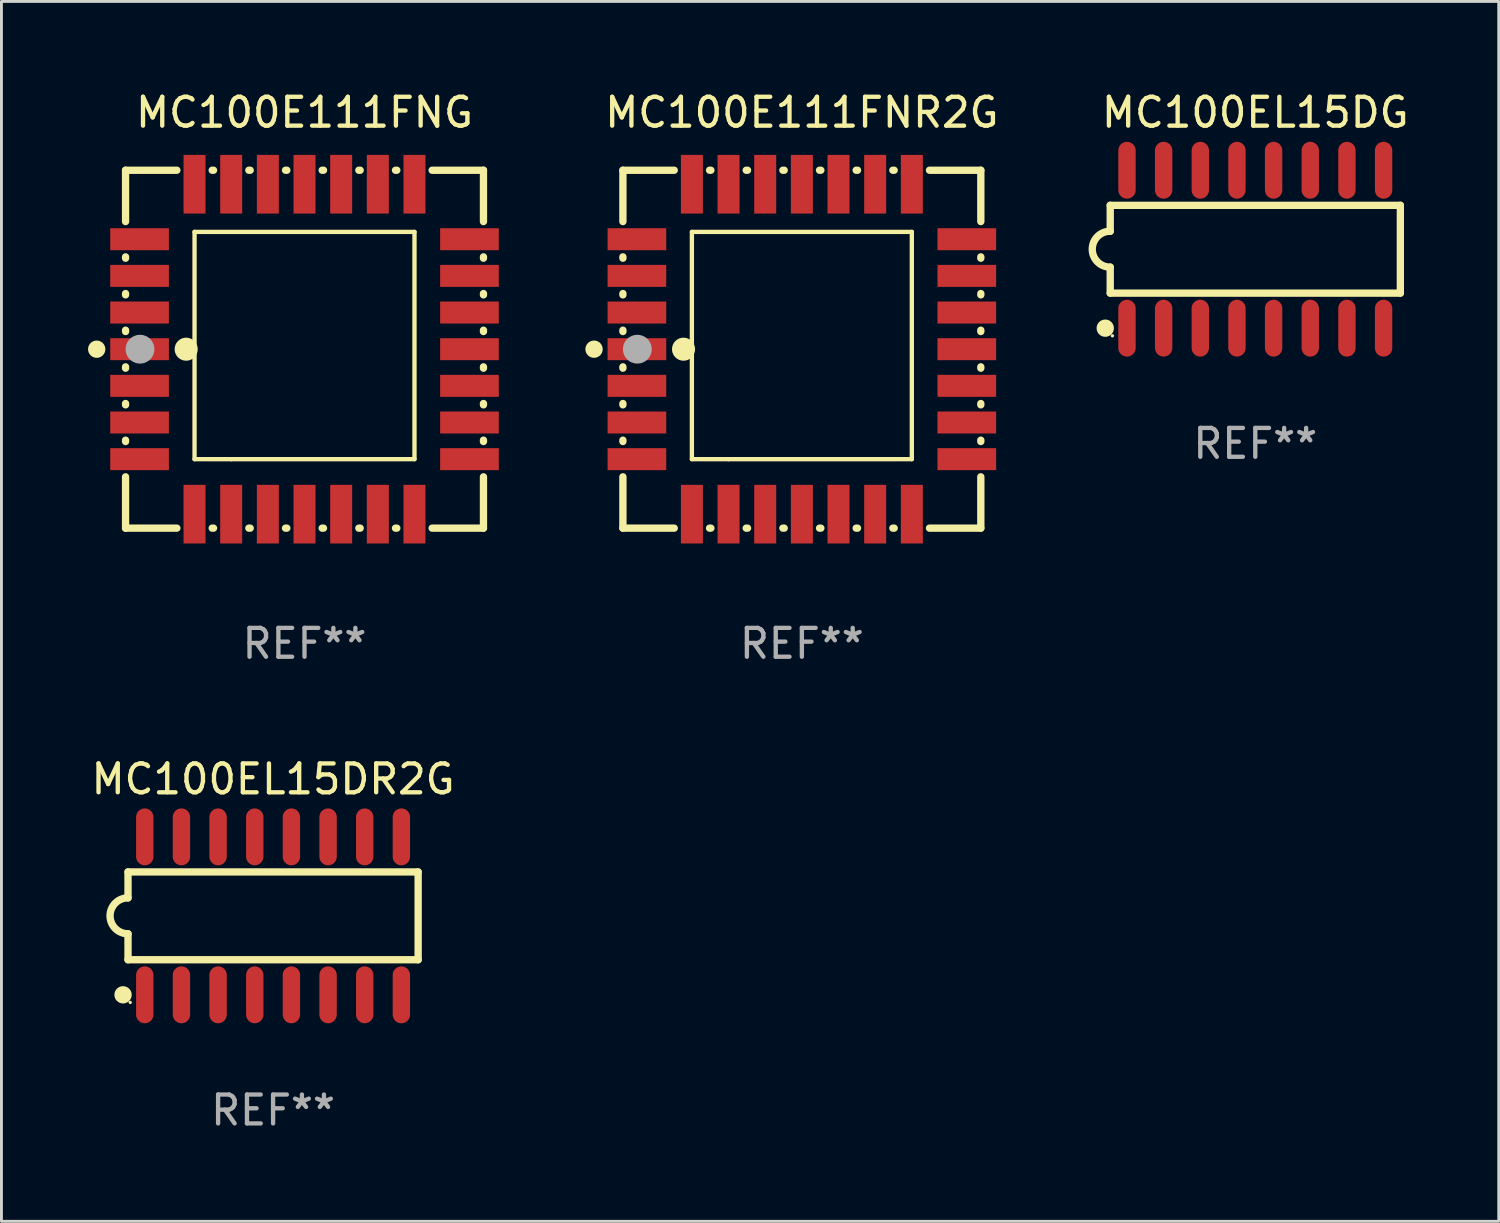
<source format=kicad_pcb>
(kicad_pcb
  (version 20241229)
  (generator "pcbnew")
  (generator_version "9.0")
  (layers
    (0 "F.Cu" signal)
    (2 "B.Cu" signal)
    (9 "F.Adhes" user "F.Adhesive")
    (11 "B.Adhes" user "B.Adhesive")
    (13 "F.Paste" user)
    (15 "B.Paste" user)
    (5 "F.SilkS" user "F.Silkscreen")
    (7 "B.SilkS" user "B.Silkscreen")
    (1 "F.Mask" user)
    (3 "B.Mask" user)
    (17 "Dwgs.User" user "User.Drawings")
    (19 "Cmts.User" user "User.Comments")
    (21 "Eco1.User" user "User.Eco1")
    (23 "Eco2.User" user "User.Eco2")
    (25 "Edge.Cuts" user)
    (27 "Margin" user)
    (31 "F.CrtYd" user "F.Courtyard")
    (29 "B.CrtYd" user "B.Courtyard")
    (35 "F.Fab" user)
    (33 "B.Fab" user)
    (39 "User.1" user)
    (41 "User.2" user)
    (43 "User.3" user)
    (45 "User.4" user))
  (footprint "MC100E111FNG"
    (layer "F.Cu")
    (at 7.5 9.048)
    (property "Reference" "MC100E111FNG" (at 0 -8.2 0) (layer "F.SilkS") (effects (font (size 1 1) (thickness 0.15))))
    (attr through_hole)
    (fp_line (start -6.2 -6.2) (end -4.422 -6.2) (stroke (width 0.254) (type solid)) (layer "F.SilkS"))
    (fp_line (start -6.2 -4.422) (end -6.2 -6.2) (stroke (width 0.254) (type solid)) (layer "F.SilkS"))
    (fp_line (start -6.2 -3.152) (end -6.2 -3.198) (stroke (width 0.254) (type solid)) (layer "F.SilkS"))
    (fp_line (start -6.2 -1.882) (end -6.2 -1.928) (stroke (width 0.254) (type solid)) (layer "F.SilkS"))
    (fp_line (start -6.2 -0.612) (end -6.2 -0.658) (stroke (width 0.254) (type solid)) (layer "F.SilkS"))
    (fp_line (start -6.2 0.658) (end -6.2 0.612) (stroke (width 0.254) (type solid)) (layer "F.SilkS"))
    (fp_line (start -6.2 1.928) (end -6.2 1.882) (stroke (width 0.254) (type solid)) (layer "F.SilkS"))
    (fp_line (start -6.2 3.198) (end -6.2 3.152) (stroke (width 0.254) (type solid)) (layer "F.SilkS"))
    (fp_line (start -6.2 6.2) (end -6.2 4.422) (stroke (width 0.254) (type solid)) (layer "F.SilkS"))
    (fp_line (start -4.422 6.2) (end -6.2 6.2) (stroke (width 0.254) (type solid)) (layer "F.SilkS"))
    (fp_line (start -3.81 -4.064) (end 3.81 -4.064) (stroke (width 0.15) (type solid)) (layer "F.SilkS"))
    (fp_line (start -3.81 3.81) (end -3.81 -4.064) (stroke (width 0.15) (type solid)) (layer "F.SilkS"))
    (fp_line (start -3.198 -6.2) (end -3.152 -6.2) (stroke (width 0.254) (type solid)) (layer "F.SilkS"))
    (fp_line (start -3.152 6.2) (end -3.198 6.2) (stroke (width 0.254) (type solid)) (layer "F.SilkS"))
    (fp_line (start -2.54 3.81) (end -3.81 3.81) (stroke (width 0.15) (type solid)) (layer "F.SilkS"))
    (fp_line (start -1.928 -6.2) (end -1.882 -6.2) (stroke (width 0.254) (type solid)) (layer "F.SilkS"))
    (fp_line (start -1.882 6.2) (end -1.928 6.2) (stroke (width 0.254) (type solid)) (layer "F.SilkS"))
    (fp_line (start -0.658 -6.2) (end -0.612 -6.2) (stroke (width 0.254) (type solid)) (layer "F.SilkS"))
    (fp_line (start -0.612 6.2) (end -0.658 6.2) (stroke (width 0.254) (type solid)) (layer "F.SilkS"))
    (fp_line (start 0.612 -6.2) (end 0.658 -6.2) (stroke (width 0.254) (type solid)) (layer "F.SilkS"))
    (fp_line (start 0.658 6.2) (end 0.612 6.2) (stroke (width 0.254) (type solid)) (layer "F.SilkS"))
    (fp_line (start 1.882 -6.2) (end 1.928 -6.2) (stroke (width 0.254) (type solid)) (layer "F.SilkS"))
    (fp_line (start 1.928 6.2) (end 1.882 6.2) (stroke (width 0.254) (type solid)) (layer "F.SilkS"))
    (fp_line (start 3.152 -6.2) (end 3.198 -6.2) (stroke (width 0.254) (type solid)) (layer "F.SilkS"))
    (fp_line (start 3.198 6.2) (end 3.152 6.2) (stroke (width 0.254) (type solid)) (layer "F.SilkS"))
    (fp_line (start 3.81 -4.064) (end 3.81 3.81) (stroke (width 0.15) (type solid)) (layer "F.SilkS"))
    (fp_line (start 3.81 3.81) (end -2.54 3.81) (stroke (width 0.15) (type solid)) (layer "F.SilkS"))
    (fp_line (start 4.422 -6.2) (end 6.2 -6.2) (stroke (width 0.254) (type solid)) (layer "F.SilkS"))
    (fp_line (start 6.2 -6.2) (end 6.2 -4.422) (stroke (width 0.254) (type solid)) (layer "F.SilkS"))
    (fp_line (start 6.2 -3.198) (end 6.2 -3.152) (stroke (width 0.254) (type solid)) (layer "F.SilkS"))
    (fp_line (start 6.2 -1.928) (end 6.2 -1.882) (stroke (width 0.254) (type solid)) (layer "F.SilkS"))
    (fp_line (start 6.2 -0.658) (end 6.2 -0.612) (stroke (width 0.254) (type solid)) (layer "F.SilkS"))
    (fp_line (start 6.2 0.612) (end 6.2 0.658) (stroke (width 0.254) (type solid)) (layer "F.SilkS"))
    (fp_line (start 6.2 1.882) (end 6.2 1.928) (stroke (width 0.254) (type solid)) (layer "F.SilkS"))
    (fp_line (start 6.2 3.152) (end 6.2 3.198) (stroke (width 0.254) (type solid)) (layer "F.SilkS"))
    (fp_line (start 6.2 4.422) (end 6.2 6.2) (stroke (width 0.254) (type solid)) (layer "F.SilkS"))
    (fp_line (start 6.2 6.2) (end 4.422 6.2) (stroke (width 0.254) (type solid)) (layer "F.SilkS"))
    (fp_circle (center -7.2 0) (end -7.05 0) (stroke (width 0.3) (type solid)) (fill no) (layer "F.SilkS"))
    (fp_circle (center -6.223 6.223) (end -6.193 6.223) (stroke (width 0.06) (type solid)) (fill no) (layer "F.SilkS"))
    (fp_circle (center -4.1 0) (end -3.9 0) (stroke (width 0.4) (type solid)) (fill no) (layer "F.SilkS"))
    (fp_circle (center -5.7 0) (end -5.45 0) (stroke (width 0.5) (type solid)) (fill no) (layer "F.Fab"))
    (fp_text user "REF**" (at 0 10.2 0) (layer "F.Fab") (effects (font (size 1 1) (thickness 0.15))))
    (pad "1" smd rect (at -5.715 0) (size 2.032 0.762) (layers "F.Cu" "F.Mask" "F.Paste"))
    (pad "2" smd rect (at -5.715 1.27) (size 2.032 0.762) (layers "F.Cu" "F.Mask" "F.Paste"))
    (pad "3" smd rect (at -5.715 2.54) (size 2.032 0.762) (layers "F.Cu" "F.Mask" "F.Paste"))
    (pad "4" smd rect (at -5.715 3.81) (size 2.032 0.762) (layers "F.Cu" "F.Mask" "F.Paste"))
    (pad "5" smd rect (at -3.81 5.715) (size 0.762 2.032) (layers "F.Cu" "F.Mask" "F.Paste"))
    (pad "6" smd rect (at -2.54 5.715) (size 0.762 2.032) (layers "F.Cu" "F.Mask" "F.Paste"))
    (pad "7" smd rect (at -1.27 5.715) (size 0.762 2.032) (layers "F.Cu" "F.Mask" "F.Paste"))
    (pad "8" smd rect (at 0 5.715) (size 0.762 2.032) (layers "F.Cu" "F.Mask" "F.Paste"))
    (pad "9" smd rect (at 1.27 5.715) (size 0.762 2.032) (layers "F.Cu" "F.Mask" "F.Paste"))
    (pad "10" smd rect (at 2.54 5.715) (size 0.762 2.032) (layers "F.Cu" "F.Mask" "F.Paste"))
    (pad "11" smd rect (at 3.81 5.715) (size 0.762 2.032) (layers "F.Cu" "F.Mask" "F.Paste"))
    (pad "12" smd rect (at 5.715 3.81) (size 2.032 0.762) (layers "F.Cu" "F.Mask" "F.Paste"))
    (pad "13" smd rect (at 5.715 2.54) (size 2.032 0.762) (layers "F.Cu" "F.Mask" "F.Paste"))
    (pad "14" smd rect (at 5.715 1.27) (size 2.032 0.762) (layers "F.Cu" "F.Mask" "F.Paste"))
    (pad "15" smd rect (at 5.715 0) (size 2.032 0.762) (layers "F.Cu" "F.Mask" "F.Paste"))
    (pad "16" smd rect (at 5.715 -1.27) (size 2.032 0.762) (layers "F.Cu" "F.Mask" "F.Paste"))
    (pad "17" smd rect (at 5.715 -2.54) (size 2.032 0.762) (layers "F.Cu" "F.Mask" "F.Paste"))
    (pad "18" smd rect (at 5.715 -3.81) (size 2.032 0.762) (layers "F.Cu" "F.Mask" "F.Paste"))
    (pad "19" smd rect (at 3.81 -5.715) (size 0.762 2.032) (layers "F.Cu" "F.Mask" "F.Paste"))
    (pad "20" smd rect (at 2.54 -5.715) (size 0.762 2.032) (layers "F.Cu" "F.Mask" "F.Paste"))
    (pad "21" smd rect (at 1.27 -5.715) (size 0.762 2.032) (layers "F.Cu" "F.Mask" "F.Paste"))
    (pad "22" smd rect (at 0 -5.715) (size 0.762 2.032) (layers "F.Cu" "F.Mask" "F.Paste"))
    (pad "23" smd rect (at -1.27 -5.715) (size 0.762 2.032) (layers "F.Cu" "F.Mask" "F.Paste"))
    (pad "24" smd rect (at -2.54 -5.715) (size 0.762 2.032) (layers "F.Cu" "F.Mask" "F.Paste"))
    (pad "25" smd rect (at -3.81 -5.715) (size 0.762 2.032) (layers "F.Cu" "F.Mask" "F.Paste"))
    (pad "26" smd rect (at -5.715 -3.81) (size 2.032 0.762) (layers "F.Cu" "F.Mask" "F.Paste"))
    (pad "27" smd rect (at -5.715 -2.54) (size 2.032 0.762) (layers "F.Cu" "F.Mask" "F.Paste"))
    (pad "28" smd rect (at -5.715 -1.27) (size 2.032 0.762) (layers "F.Cu" "F.Mask" "F.Paste")))
  (footprint "MC100E111FNR2G"
    (layer "F.Cu")
    (at 24.731 9.048)
    (property "Reference" "MC100E111FNR2G" (at 0 -8.2 0) (layer "F.SilkS") (effects (font (size 1 1) (thickness 0.15))))
    (attr through_hole)
    (fp_line (start -6.2 -6.2) (end -4.422 -6.2) (stroke (width 0.254) (type solid)) (layer "F.SilkS"))
    (fp_line (start -6.2 -4.422) (end -6.2 -6.2) (stroke (width 0.254) (type solid)) (layer "F.SilkS"))
    (fp_line (start -6.2 -3.152) (end -6.2 -3.198) (stroke (width 0.254) (type solid)) (layer "F.SilkS"))
    (fp_line (start -6.2 -1.882) (end -6.2 -1.928) (stroke (width 0.254) (type solid)) (layer "F.SilkS"))
    (fp_line (start -6.2 -0.612) (end -6.2 -0.658) (stroke (width 0.254) (type solid)) (layer "F.SilkS"))
    (fp_line (start -6.2 0.658) (end -6.2 0.612) (stroke (width 0.254) (type solid)) (layer "F.SilkS"))
    (fp_line (start -6.2 1.928) (end -6.2 1.882) (stroke (width 0.254) (type solid)) (layer "F.SilkS"))
    (fp_line (start -6.2 3.198) (end -6.2 3.152) (stroke (width 0.254) (type solid)) (layer "F.SilkS"))
    (fp_line (start -6.2 6.2) (end -6.2 4.422) (stroke (width 0.254) (type solid)) (layer "F.SilkS"))
    (fp_line (start -4.422 6.2) (end -6.2 6.2) (stroke (width 0.254) (type solid)) (layer "F.SilkS"))
    (fp_line (start -3.81 -4.064) (end 3.81 -4.064) (stroke (width 0.15) (type solid)) (layer "F.SilkS"))
    (fp_line (start -3.81 3.81) (end -3.81 -4.064) (stroke (width 0.15) (type solid)) (layer "F.SilkS"))
    (fp_line (start -3.198 -6.2) (end -3.152 -6.2) (stroke (width 0.254) (type solid)) (layer "F.SilkS"))
    (fp_line (start -3.152 6.2) (end -3.198 6.2) (stroke (width 0.254) (type solid)) (layer "F.SilkS"))
    (fp_line (start -2.54 3.81) (end -3.81 3.81) (stroke (width 0.15) (type solid)) (layer "F.SilkS"))
    (fp_line (start -1.928 -6.2) (end -1.882 -6.2) (stroke (width 0.254) (type solid)) (layer "F.SilkS"))
    (fp_line (start -1.882 6.2) (end -1.928 6.2) (stroke (width 0.254) (type solid)) (layer "F.SilkS"))
    (fp_line (start -0.658 -6.2) (end -0.612 -6.2) (stroke (width 0.254) (type solid)) (layer "F.SilkS"))
    (fp_line (start -0.612 6.2) (end -0.658 6.2) (stroke (width 0.254) (type solid)) (layer "F.SilkS"))
    (fp_line (start 0.612 -6.2) (end 0.658 -6.2) (stroke (width 0.254) (type solid)) (layer "F.SilkS"))
    (fp_line (start 0.658 6.2) (end 0.612 6.2) (stroke (width 0.254) (type solid)) (layer "F.SilkS"))
    (fp_line (start 1.882 -6.2) (end 1.928 -6.2) (stroke (width 0.254) (type solid)) (layer "F.SilkS"))
    (fp_line (start 1.928 6.2) (end 1.882 6.2) (stroke (width 0.254) (type solid)) (layer "F.SilkS"))
    (fp_line (start 3.152 -6.2) (end 3.198 -6.2) (stroke (width 0.254) (type solid)) (layer "F.SilkS"))
    (fp_line (start 3.198 6.2) (end 3.152 6.2) (stroke (width 0.254) (type solid)) (layer "F.SilkS"))
    (fp_line (start 3.81 -4.064) (end 3.81 3.81) (stroke (width 0.15) (type solid)) (layer "F.SilkS"))
    (fp_line (start 3.81 3.81) (end -2.54 3.81) (stroke (width 0.15) (type solid)) (layer "F.SilkS"))
    (fp_line (start 4.422 -6.2) (end 6.2 -6.2) (stroke (width 0.254) (type solid)) (layer "F.SilkS"))
    (fp_line (start 6.2 -6.2) (end 6.2 -4.422) (stroke (width 0.254) (type solid)) (layer "F.SilkS"))
    (fp_line (start 6.2 -3.198) (end 6.2 -3.152) (stroke (width 0.254) (type solid)) (layer "F.SilkS"))
    (fp_line (start 6.2 -1.928) (end 6.2 -1.882) (stroke (width 0.254) (type solid)) (layer "F.SilkS"))
    (fp_line (start 6.2 -0.658) (end 6.2 -0.612) (stroke (width 0.254) (type solid)) (layer "F.SilkS"))
    (fp_line (start 6.2 0.612) (end 6.2 0.658) (stroke (width 0.254) (type solid)) (layer "F.SilkS"))
    (fp_line (start 6.2 1.882) (end 6.2 1.928) (stroke (width 0.254) (type solid)) (layer "F.SilkS"))
    (fp_line (start 6.2 3.152) (end 6.2 3.198) (stroke (width 0.254) (type solid)) (layer "F.SilkS"))
    (fp_line (start 6.2 4.422) (end 6.2 6.2) (stroke (width 0.254) (type solid)) (layer "F.SilkS"))
    (fp_line (start 6.2 6.2) (end 4.422 6.2) (stroke (width 0.254) (type solid)) (layer "F.SilkS"))
    (fp_circle (center -7.2 0) (end -7.05 0) (stroke (width 0.3) (type solid)) (fill no) (layer "F.SilkS"))
    (fp_circle (center -6.223 6.223) (end -6.193 6.223) (stroke (width 0.06) (type solid)) (fill no) (layer "F.SilkS"))
    (fp_circle (center -4.1 0) (end -3.9 0) (stroke (width 0.4) (type solid)) (fill no) (layer "F.SilkS"))
    (fp_circle (center -5.7 0) (end -5.45 0) (stroke (width 0.5) (type solid)) (fill no) (layer "F.Fab"))
    (fp_text user "REF**" (at 0 10.2 0) (layer "F.Fab") (effects (font (size 1 1) (thickness 0.15))))
    (pad "1" smd rect (at -5.715 0) (size 2.032 0.762) (layers "F.Cu" "F.Mask" "F.Paste"))
    (pad "2" smd rect (at -5.715 1.27) (size 2.032 0.762) (layers "F.Cu" "F.Mask" "F.Paste"))
    (pad "3" smd rect (at -5.715 2.54) (size 2.032 0.762) (layers "F.Cu" "F.Mask" "F.Paste"))
    (pad "4" smd rect (at -5.715 3.81) (size 2.032 0.762) (layers "F.Cu" "F.Mask" "F.Paste"))
    (pad "5" smd rect (at -3.81 5.715) (size 0.762 2.032) (layers "F.Cu" "F.Mask" "F.Paste"))
    (pad "6" smd rect (at -2.54 5.715) (size 0.762 2.032) (layers "F.Cu" "F.Mask" "F.Paste"))
    (pad "7" smd rect (at -1.27 5.715) (size 0.762 2.032) (layers "F.Cu" "F.Mask" "F.Paste"))
    (pad "8" smd rect (at 0 5.715) (size 0.762 2.032) (layers "F.Cu" "F.Mask" "F.Paste"))
    (pad "9" smd rect (at 1.27 5.715) (size 0.762 2.032) (layers "F.Cu" "F.Mask" "F.Paste"))
    (pad "10" smd rect (at 2.54 5.715) (size 0.762 2.032) (layers "F.Cu" "F.Mask" "F.Paste"))
    (pad "11" smd rect (at 3.81 5.715) (size 0.762 2.032) (layers "F.Cu" "F.Mask" "F.Paste"))
    (pad "12" smd rect (at 5.715 3.81) (size 2.032 0.762) (layers "F.Cu" "F.Mask" "F.Paste"))
    (pad "13" smd rect (at 5.715 2.54) (size 2.032 0.762) (layers "F.Cu" "F.Mask" "F.Paste"))
    (pad "14" smd rect (at 5.715 1.27) (size 2.032 0.762) (layers "F.Cu" "F.Mask" "F.Paste"))
    (pad "15" smd rect (at 5.715 0) (size 2.032 0.762) (layers "F.Cu" "F.Mask" "F.Paste"))
    (pad "16" smd rect (at 5.715 -1.27) (size 2.032 0.762) (layers "F.Cu" "F.Mask" "F.Paste"))
    (pad "17" smd rect (at 5.715 -2.54) (size 2.032 0.762) (layers "F.Cu" "F.Mask" "F.Paste"))
    (pad "18" smd rect (at 5.715 -3.81) (size 2.032 0.762) (layers "F.Cu" "F.Mask" "F.Paste"))
    (pad "19" smd rect (at 3.81 -5.715) (size 0.762 2.032) (layers "F.Cu" "F.Mask" "F.Paste"))
    (pad "20" smd rect (at 2.54 -5.715) (size 0.762 2.032) (layers "F.Cu" "F.Mask" "F.Paste"))
    (pad "21" smd rect (at 1.27 -5.715) (size 0.762 2.032) (layers "F.Cu" "F.Mask" "F.Paste"))
    (pad "22" smd rect (at 0 -5.715) (size 0.762 2.032) (layers "F.Cu" "F.Mask" "F.Paste"))
    (pad "23" smd rect (at -1.27 -5.715) (size 0.762 2.032) (layers "F.Cu" "F.Mask" "F.Paste"))
    (pad "24" smd rect (at -2.54 -5.715) (size 0.762 2.032) (layers "F.Cu" "F.Mask" "F.Paste"))
    (pad "25" smd rect (at -3.81 -5.715) (size 0.762 2.032) (layers "F.Cu" "F.Mask" "F.Paste"))
    (pad "26" smd rect (at -5.715 -3.81) (size 2.032 0.762) (layers "F.Cu" "F.Mask" "F.Paste"))
    (pad "27" smd rect (at -5.715 -2.54) (size 2.032 0.762) (layers "F.Cu" "F.Mask" "F.Paste"))
    (pad "28" smd rect (at -5.715 -1.27) (size 2.032 0.762) (layers "F.Cu" "F.Mask" "F.Paste")))
  (footprint "MC100EL15DG"
    (layer "F.Cu")
    (at 40.44 5.584)
    (property "Reference" "MC100EL15DG" (at 0 -4.736 0) (layer "F.SilkS") (effects (font (size 1 1) (thickness 0.15))))
    (attr through_hole)
    (fp_line (start -5.026 -1.521) (end -5.026 -0.621) (stroke (width 0.254) (type solid)) (layer "F.SilkS"))
    (fp_line (start -5.026 -1.521) (end 5.026 -1.521) (stroke (width 0.254) (type solid)) (layer "F.SilkS"))
    (fp_line (start -5.026 1.521) (end -5.026 0.621) (stroke (width 0.254) (type solid)) (layer "F.SilkS"))
    (fp_line (start 5.026 -1.521) (end 5.026 1.521) (stroke (width 0.254) (type solid)) (layer "F.SilkS"))
    (fp_line (start 5.026 1.521) (end -5.026 1.521) (stroke (width 0.254) (type solid)) (layer "F.SilkS"))
    (fp_arc (start -5.026187 0.621387) (mid -5.647752 -0.000787) (end -5.025781 -0.622555) (stroke (width 0.254001) (type solid)) (layer "F.SilkS"))
    (fp_circle (center -5.198 2.736) (end -5.048 2.736) (stroke (width 0.3) (type solid)) (fill no) (layer "F.SilkS"))
    (fp_circle (center -4.95 3) (end -4.92 3) (stroke (width 0.06) (type solid)) (fill no) (layer "F.SilkS"))
    (fp_text user "REF**" (at 0 6.736 0) (layer "F.Fab") (effects (font (size 1 1) (thickness 0.15))))
    (pad "1" smd oval (at -4.445 2.736) (size 0.602 1.971) (layers "F.Cu" "F.Mask" "F.Paste"))
    (pad "2" smd oval (at -3.175 2.736) (size 0.602 1.971) (layers "F.Cu" "F.Mask" "F.Paste"))
    (pad "3" smd oval (at -1.905 2.736) (size 0.602 1.971) (layers "F.Cu" "F.Mask" "F.Paste"))
    (pad "4" smd oval (at -0.635 2.736) (size 0.602 1.971) (layers "F.Cu" "F.Mask" "F.Paste"))
    (pad "5" smd oval (at 0.635 2.736) (size 0.602 1.971) (layers "F.Cu" "F.Mask" "F.Paste"))
    (pad "6" smd oval (at 1.905 2.736) (size 0.602 1.971) (layers "F.Cu" "F.Mask" "F.Paste"))
    (pad "7" smd oval (at 3.175 2.736) (size 0.602 1.971) (layers "F.Cu" "F.Mask" "F.Paste"))
    (pad "8" smd oval (at 4.445 2.736) (size 0.602 1.971) (layers "F.Cu" "F.Mask" "F.Paste"))
    (pad "9" smd oval (at 4.445 -2.736) (size 0.602 1.971) (layers "F.Cu" "F.Mask" "F.Paste"))
    (pad "10" smd oval (at 3.175 -2.736) (size 0.602 1.971) (layers "F.Cu" "F.Mask" "F.Paste"))
    (pad "11" smd oval (at 1.905 -2.736) (size 0.602 1.971) (layers "F.Cu" "F.Mask" "F.Paste"))
    (pad "12" smd oval (at 0.635 -2.736) (size 0.602 1.971) (layers "F.Cu" "F.Mask" "F.Paste"))
    (pad "13" smd oval (at -0.635 -2.736) (size 0.602 1.971) (layers "F.Cu" "F.Mask" "F.Paste"))
    (pad "14" smd oval (at -1.905 -2.736) (size 0.602 1.971) (layers "F.Cu" "F.Mask" "F.Paste"))
    (pad "15" smd oval (at -3.175 -2.736) (size 0.602 1.971) (layers "F.Cu" "F.Mask" "F.Paste"))
    (pad "16" smd oval (at -4.445 -2.736) (size 0.602 1.971) (layers "F.Cu" "F.Mask" "F.Paste")))
  (footprint "MC100EL15DR2G"
    (layer "F.Cu")
    (at 6.411 28.68)
    (property "Reference" "MC100EL15DR2G" (at 0 -4.736 0) (layer "F.SilkS") (effects (font (size 1 1) (thickness 0.15))))
    (attr through_hole)
    (fp_line (start -5.026 -1.521) (end -5.026 -0.621) (stroke (width 0.254) (type solid)) (layer "F.SilkS"))
    (fp_line (start -5.026 -1.521) (end 5.026 -1.521) (stroke (width 0.254) (type solid)) (layer "F.SilkS"))
    (fp_line (start -5.026 1.521) (end -5.026 0.621) (stroke (width 0.254) (type solid)) (layer "F.SilkS"))
    (fp_line (start 5.026 -1.521) (end 5.026 1.521) (stroke (width 0.254) (type solid)) (layer "F.SilkS"))
    (fp_line (start 5.026 1.521) (end -5.026 1.521) (stroke (width 0.254) (type solid)) (layer "F.SilkS"))
    (fp_arc (start -5.026187 0.621387) (mid -5.647752 -0.000787) (end -5.025781 -0.622555) (stroke (width 0.254001) (type solid)) (layer "F.SilkS"))
    (fp_circle (center -5.198 2.736) (end -5.048 2.736) (stroke (width 0.3) (type solid)) (fill no) (layer "F.SilkS"))
    (fp_circle (center -4.95 3) (end -4.92 3) (stroke (width 0.06) (type solid)) (fill no) (layer "F.SilkS"))
    (fp_text user "REF**" (at 0 6.736 0) (layer "F.Fab") (effects (font (size 1 1) (thickness 0.15))))
    (pad "1" smd oval (at -4.445 2.736) (size 0.602 1.971) (layers "F.Cu" "F.Mask" "F.Paste"))
    (pad "2" smd oval (at -3.175 2.736) (size 0.602 1.971) (layers "F.Cu" "F.Mask" "F.Paste"))
    (pad "3" smd oval (at -1.905 2.736) (size 0.602 1.971) (layers "F.Cu" "F.Mask" "F.Paste"))
    (pad "4" smd oval (at -0.635 2.736) (size 0.602 1.971) (layers "F.Cu" "F.Mask" "F.Paste"))
    (pad "5" smd oval (at 0.635 2.736) (size 0.602 1.971) (layers "F.Cu" "F.Mask" "F.Paste"))
    (pad "6" smd oval (at 1.905 2.736) (size 0.602 1.971) (layers "F.Cu" "F.Mask" "F.Paste"))
    (pad "7" smd oval (at 3.175 2.736) (size 0.602 1.971) (layers "F.Cu" "F.Mask" "F.Paste"))
    (pad "8" smd oval (at 4.445 2.736) (size 0.602 1.971) (layers "F.Cu" "F.Mask" "F.Paste"))
    (pad "9" smd oval (at 4.445 -2.736) (size 0.602 1.971) (layers "F.Cu" "F.Mask" "F.Paste"))
    (pad "10" smd oval (at 3.175 -2.736) (size 0.602 1.971) (layers "F.Cu" "F.Mask" "F.Paste"))
    (pad "11" smd oval (at 1.905 -2.736) (size 0.602 1.971) (layers "F.Cu" "F.Mask" "F.Paste"))
    (pad "12" smd oval (at 0.635 -2.736) (size 0.602 1.971) (layers "F.Cu" "F.Mask" "F.Paste"))
    (pad "13" smd oval (at -0.635 -2.736) (size 0.602 1.971) (layers "F.Cu" "F.Mask" "F.Paste"))
    (pad "14" smd oval (at -1.905 -2.736) (size 0.602 1.971) (layers "F.Cu" "F.Mask" "F.Paste"))
    (pad "15" smd oval (at -3.175 -2.736) (size 0.602 1.971) (layers "F.Cu" "F.Mask" "F.Paste"))
    (pad "16" smd oval (at -4.445 -2.736) (size 0.602 1.971) (layers "F.Cu" "F.Mask" "F.Paste")))
  (gr_rect
    (start -3 -3)
    (end 48.875 39.264)
    (stroke (width 0.1) (type default))
    (fill no)
    (layer "Edge.Cuts")))
</source>
